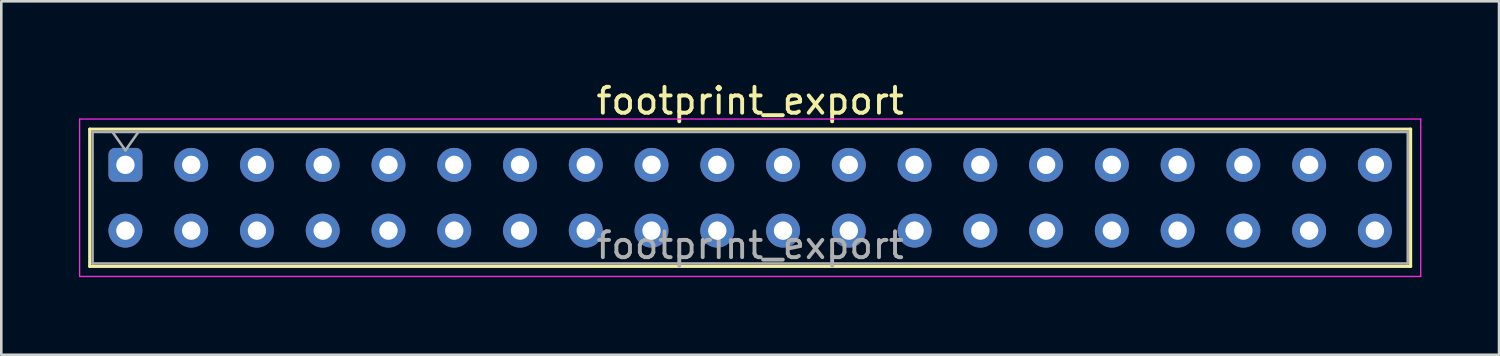
<source format=kicad_pcb>
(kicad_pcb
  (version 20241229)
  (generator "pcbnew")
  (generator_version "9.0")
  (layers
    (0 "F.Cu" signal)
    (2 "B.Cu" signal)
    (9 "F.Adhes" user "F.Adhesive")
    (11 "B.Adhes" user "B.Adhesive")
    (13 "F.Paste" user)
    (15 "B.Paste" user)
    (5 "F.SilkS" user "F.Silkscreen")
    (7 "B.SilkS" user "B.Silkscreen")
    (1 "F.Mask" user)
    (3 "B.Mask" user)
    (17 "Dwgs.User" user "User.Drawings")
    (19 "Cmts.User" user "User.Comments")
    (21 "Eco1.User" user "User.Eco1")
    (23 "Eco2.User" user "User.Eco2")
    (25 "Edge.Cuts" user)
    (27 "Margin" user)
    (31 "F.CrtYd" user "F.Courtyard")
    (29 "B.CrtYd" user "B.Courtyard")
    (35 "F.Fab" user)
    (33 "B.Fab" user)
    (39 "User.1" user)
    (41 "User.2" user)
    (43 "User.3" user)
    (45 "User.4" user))
  (footprint "footprint_export"
    (layer "F.Cu")
    (at 1.795 3.318)
    (property "Reference" "footprint_export" (at 24.13 -2.47 0) (layer "F.SilkS") (effects (font (size 1 1) (thickness 0.15))))
    (attr through_hole)
    (fp_line (start -1.38 -1.38) (end 49.64 -1.38) (stroke (width 0.12) (type solid)) (layer "F.SilkS"))
    (fp_line (start -1.38 3.92) (end -1.38 -1.38) (stroke (width 0.12) (type solid)) (layer "F.SilkS"))
    (fp_line (start 49.64 -1.38) (end 49.64 3.92) (stroke (width 0.12) (type solid)) (layer "F.SilkS"))
    (fp_line (start 49.64 3.92) (end -1.38 3.92) (stroke (width 0.12) (type solid)) (layer "F.SilkS"))
    (fp_line (start -1.77 -1.77) (end 50.03 -1.77) (stroke (width 0.05) (type solid)) (layer "F.CrtYd"))
    (fp_line (start -1.77 4.31) (end -1.77 -1.77) (stroke (width 0.05) (type solid)) (layer "F.CrtYd"))
    (fp_line (start 50.03 -1.77) (end 50.03 4.31) (stroke (width 0.05) (type solid)) (layer "F.CrtYd"))
    (fp_line (start 50.03 4.31) (end -1.77 4.31) (stroke (width 0.05) (type solid)) (layer "F.CrtYd"))
    (fp_line (start -1.27 -1.27) (end 49.53 -1.27) (stroke (width 0.1) (type solid)) (layer "F.Fab"))
    (fp_line (start -1.27 3.81) (end -1.27 -1.27) (stroke (width 0.1) (type solid)) (layer "F.Fab"))
    (fp_line (start -0.5 -1.27) (end 0 -0.563) (stroke (width 0.1) (type solid)) (layer "F.Fab"))
    (fp_line (start 0 -0.563) (end 0.5 -1.27) (stroke (width 0.1) (type solid)) (layer "F.Fab"))
    (fp_line (start 49.53 -1.27) (end 49.53 3.81) (stroke (width 0.1) (type solid)) (layer "F.Fab"))
    (fp_line (start 49.53 3.81) (end -1.27 3.81) (stroke (width 0.1) (type solid)) (layer "F.Fab"))
    (fp_text user "${REFERENCE}" (at 24.13 3.11 0) (layer "F.Fab") (effects (font (size 1 1) (thickness 0.15))))
    (pad "1" thru_hole roundrect (at 0 0) (size 1.31 1.31) (drill 0.71) (layers "*.Cu" "*.Mask") (roundrect_rratio 0.191))
    (pad "2" thru_hole circle (at 0 2.54) (size 1.31 1.31) (drill 0.71) (layers "*.Cu" "*.Mask"))
    (pad "3" thru_hole circle (at 2.54 0) (size 1.31 1.31) (drill 0.71) (layers "*.Cu" "*.Mask"))
    (pad "4" thru_hole circle (at 2.54 2.54) (size 1.31 1.31) (drill 0.71) (layers "*.Cu" "*.Mask"))
    (pad "5" thru_hole circle (at 5.08 0) (size 1.31 1.31) (drill 0.71) (layers "*.Cu" "*.Mask"))
    (pad "6" thru_hole circle (at 5.08 2.54) (size 1.31 1.31) (drill 0.71) (layers "*.Cu" "*.Mask"))
    (pad "7" thru_hole circle (at 7.62 0) (size 1.31 1.31) (drill 0.71) (layers "*.Cu" "*.Mask"))
    (pad "8" thru_hole circle (at 7.62 2.54) (size 1.31 1.31) (drill 0.71) (layers "*.Cu" "*.Mask"))
    (pad "9" thru_hole circle (at 10.16 0) (size 1.31 1.31) (drill 0.71) (layers "*.Cu" "*.Mask"))
    (pad "10" thru_hole circle (at 10.16 2.54) (size 1.31 1.31) (drill 0.71) (layers "*.Cu" "*.Mask"))
    (pad "11" thru_hole circle (at 12.7 0) (size 1.31 1.31) (drill 0.71) (layers "*.Cu" "*.Mask"))
    (pad "12" thru_hole circle (at 12.7 2.54) (size 1.31 1.31) (drill 0.71) (layers "*.Cu" "*.Mask"))
    (pad "13" thru_hole circle (at 15.24 0) (size 1.31 1.31) (drill 0.71) (layers "*.Cu" "*.Mask"))
    (pad "14" thru_hole circle (at 15.24 2.54) (size 1.31 1.31) (drill 0.71) (layers "*.Cu" "*.Mask"))
    (pad "15" thru_hole circle (at 17.78 0) (size 1.31 1.31) (drill 0.71) (layers "*.Cu" "*.Mask"))
    (pad "16" thru_hole circle (at 17.78 2.54) (size 1.31 1.31) (drill 0.71) (layers "*.Cu" "*.Mask"))
    (pad "17" thru_hole circle (at 20.32 0) (size 1.31 1.31) (drill 0.71) (layers "*.Cu" "*.Mask"))
    (pad "18" thru_hole circle (at 20.32 2.54) (size 1.31 1.31) (drill 0.71) (layers "*.Cu" "*.Mask"))
    (pad "19" thru_hole circle (at 22.86 0) (size 1.31 1.31) (drill 0.71) (layers "*.Cu" "*.Mask"))
    (pad "20" thru_hole circle (at 22.86 2.54) (size 1.31 1.31) (drill 0.71) (layers "*.Cu" "*.Mask"))
    (pad "21" thru_hole circle (at 25.4 0) (size 1.31 1.31) (drill 0.71) (layers "*.Cu" "*.Mask"))
    (pad "22" thru_hole circle (at 25.4 2.54) (size 1.31 1.31) (drill 0.71) (layers "*.Cu" "*.Mask"))
    (pad "23" thru_hole circle (at 27.94 0) (size 1.31 1.31) (drill 0.71) (layers "*.Cu" "*.Mask"))
    (pad "24" thru_hole circle (at 27.94 2.54) (size 1.31 1.31) (drill 0.71) (layers "*.Cu" "*.Mask"))
    (pad "25" thru_hole circle (at 30.48 0) (size 1.31 1.31) (drill 0.71) (layers "*.Cu" "*.Mask"))
    (pad "26" thru_hole circle (at 30.48 2.54) (size 1.31 1.31) (drill 0.71) (layers "*.Cu" "*.Mask"))
    (pad "27" thru_hole circle (at 33.02 0) (size 1.31 1.31) (drill 0.71) (layers "*.Cu" "*.Mask"))
    (pad "28" thru_hole circle (at 33.02 2.54) (size 1.31 1.31) (drill 0.71) (layers "*.Cu" "*.Mask"))
    (pad "29" thru_hole circle (at 35.56 0) (size 1.31 1.31) (drill 0.71) (layers "*.Cu" "*.Mask"))
    (pad "30" thru_hole circle (at 35.56 2.54) (size 1.31 1.31) (drill 0.71) (layers "*.Cu" "*.Mask"))
    (pad "31" thru_hole circle (at 38.1 0) (size 1.31 1.31) (drill 0.71) (layers "*.Cu" "*.Mask"))
    (pad "32" thru_hole circle (at 38.1 2.54) (size 1.31 1.31) (drill 0.71) (layers "*.Cu" "*.Mask"))
    (pad "33" thru_hole circle (at 40.64 0) (size 1.31 1.31) (drill 0.71) (layers "*.Cu" "*.Mask"))
    (pad "34" thru_hole circle (at 40.64 2.54) (size 1.31 1.31) (drill 0.71) (layers "*.Cu" "*.Mask"))
    (pad "35" thru_hole circle (at 43.18 0) (size 1.31 1.31) (drill 0.71) (layers "*.Cu" "*.Mask"))
    (pad "36" thru_hole circle (at 43.18 2.54) (size 1.31 1.31) (drill 0.71) (layers "*.Cu" "*.Mask"))
    (pad "37" thru_hole circle (at 45.72 0) (size 1.31 1.31) (drill 0.71) (layers "*.Cu" "*.Mask"))
    (pad "38" thru_hole circle (at 45.72 2.54) (size 1.31 1.31) (drill 0.71) (layers "*.Cu" "*.Mask"))
    (pad "39" thru_hole circle (at 48.26 0) (size 1.31 1.31) (drill 0.71) (layers "*.Cu" "*.Mask"))
    (pad "40" thru_hole circle (at 48.26 2.54) (size 1.31 1.31) (drill 0.71) (layers "*.Cu" "*.Mask")))
  (gr_rect
    (start -3 -3)
    (end 54.85 10.653)
    (stroke (width 0.1) (type default))
    (fill no)
    (layer "Edge.Cuts")))
</source>
